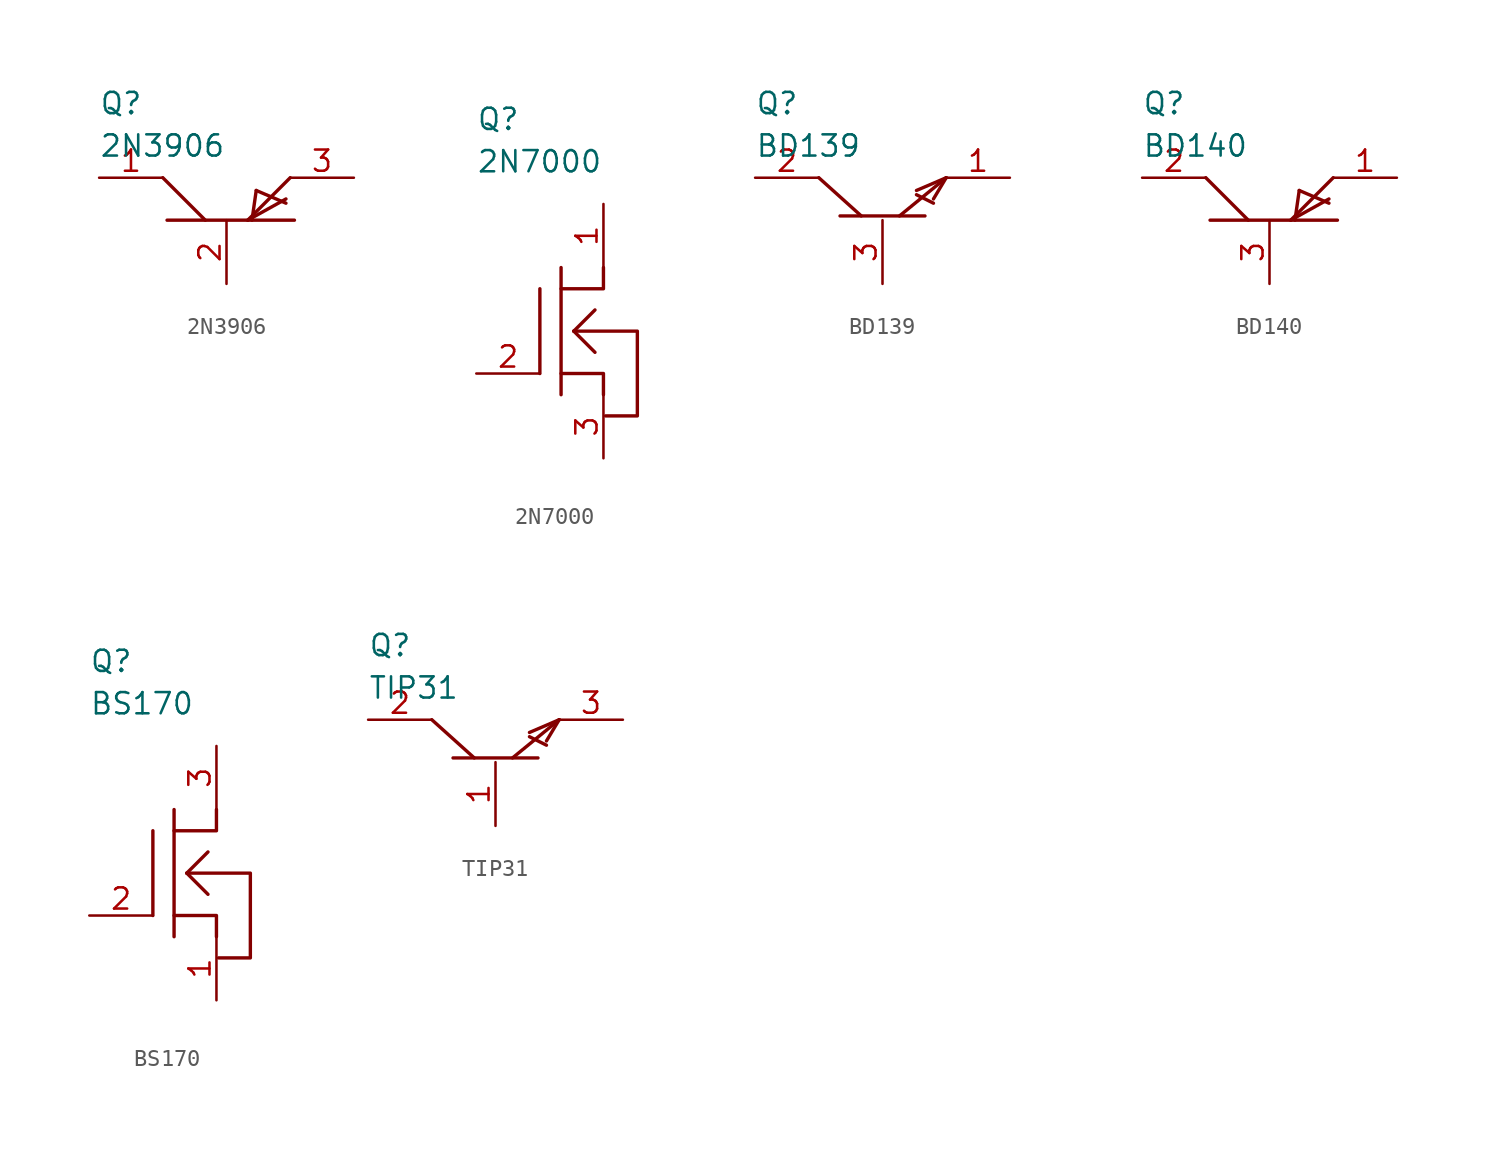
<source format=kicad_sym>
(kicad_symbol_lib
  (version 20211014)
  (generator kicad_symbol_editor)
  (symbol "2N3906"
    (property "Reference" "Q"
      (at -7.62 8.255 0)
      (effects (font (size 1.27 1.27)) (justify left)))
    (property "Value" "2N3906"
      (at -7.62 5.715 0)
      (effects (font (size 1.27 1.27)) (justify left)))
    (property "ki_locked" ""
      (at 0 0 0)
      (effects (font (size 1.27 1.27))))
    (symbol "2N3906_0_0"
      (polyline (pts (xy -3.556 1.27) (xy 4.064 1.27)) (stroke (width 0.203) (type default) (color 0 0 0 0)) (fill (type none)))
      (polyline (pts (xy -1.27 1.27) (xy -3.81 3.81)) (stroke (width 0.203) (type default) (color 0 0 0 0)) (fill (type none)))
      (polyline (pts (xy 1.27 1.27) (xy 3.81 3.81)) (stroke (width 0.203) (type default) (color 0 0 0 0)) (fill (type none)))
      (polyline (pts (xy 1.778 3.048) (xy 1.524 1.27)) (stroke (width 0.203) (type default) (color 0 0 0 0)) (fill (type none)))
      (polyline (pts (xy 1.778 3.048) (xy 3.556 2.286)) (stroke (width 0.203) (type default) (color 0 0 0 0)) (fill (type none)))
      (polyline (pts (xy 3.556 2.54) (xy 1.27 1.27)) (stroke (width 0.203) (type default) (color 0 0 0 0)) (fill (type none))))
    (symbol "2N3906_1_0"
      (pin unspecified line (at -7.62 3.81 0) (length 3.81) (name "~" (effects (font (size 1.27 1.27)))) (number "1" (effects (font (size 1.27 1.27)))))
      (pin unspecified line (at 0 -2.54 90) (length 3.81) (name "~" (effects (font (size 1.27 1.27)))) (number "2" (effects (font (size 1.27 1.27)))))
      (pin unspecified line (at 7.62 3.81 180) (length 3.81) (name "~" (effects (font (size 1.27 1.27)))) (number "3" (effects (font (size 1.27 1.27)))))))
  (symbol "2N7000"
    (property "Reference" "Q"
      (at -5.08 12.7 0)
      (effects (font (size 1.27 1.27)) (justify left)))
    (property "Value" "2N7000"
      (at -5.08 10.16 0)
      (effects (font (size 1.27 1.27)) (justify left)))
    (property "ki_locked" ""
      (at 0 0 0)
      (effects (font (size 1.27 1.27))))
    (symbol "2N7000_0_0"
      (polyline (pts (xy -1.27 2.54) (xy -1.27 -2.54)) (stroke (width 0.203) (type default) (color 0 0 0 0)) (fill (type none)))
      (polyline (pts (xy 0 3.81) (xy 0 -3.81)) (stroke (width 0.203) (type default) (color 0 0 0 0)) (fill (type none)))
      (polyline (pts (xy 0.762 0) (xy 2.032 -1.27)) (stroke (width 0.203) (type default) (color 0 0 0 0)) (fill (type none)))
      (polyline (pts (xy 0.762 0) (xy 2.032 1.27)) (stroke (width 0.203) (type default) (color 0 0 0 0)) (fill (type none)))
      (polyline (pts (xy 0 2.54) (xy 2.54 2.54) (xy 2.54 3.81)) (stroke (width 0.203) (type default) (color 0 0 0 0)) (fill (type none)))
      (polyline (pts (xy 2.54 -3.81) (xy 2.54 -2.54) (xy 0 -2.54)) (stroke (width 0.203) (type default) (color 0 0 0 0)) (fill (type none)))
      (polyline (pts (xy 0.762 0) (xy 4.572 0) (xy 4.572 -5.08) (xy 2.667 -5.08)) (stroke (width 0.203) (type default) (color 0 0 0 0)) (fill (type none))))
    (symbol "2N7000_1_0"
      (pin unspecified line (at 2.54 7.62 270) (length 3.81) (name "~" (effects (font (size 1.27 1.27)))) (number "1" (effects (font (size 1.27 1.27)))))
      (pin unspecified line (at -5.08 -2.54 0) (length 3.81) (name "~" (effects (font (size 1.27 1.27)))) (number "2" (effects (font (size 1.27 1.27)))))
      (pin unspecified line (at 2.54 -7.62 90) (length 3.81) (name "~" (effects (font (size 1.27 1.27)))) (number "3" (effects (font (size 1.27 1.27)))))))
  (symbol "BD139"
    (property "Reference" "Q"
      (at -7.62 8.255 0)
      (effects (font (size 1.27 1.27)) (justify left)))
    (property "Value" "BD139"
      (at -7.62 5.715 0)
      (effects (font (size 1.27 1.27)) (justify left)))
    (property "ki_locked" ""
      (at 0 0 0)
      (effects (font (size 1.27 1.27))))
    (symbol "BD139_0_0"
      (polyline (pts (xy -2.54 1.524) (xy 2.54 1.524)) (stroke (width 0.203) (type default) (color 0 0 0 0)) (fill (type none)))
      (polyline (pts (xy -1.27 1.524) (xy -3.81 3.81)) (stroke (width 0.203) (type default) (color 0 0 0 0)) (fill (type none)))
      (polyline (pts (xy 1.016 1.524) (xy 3.81 3.81)) (stroke (width 0.203) (type default) (color 0 0 0 0)) (fill (type none)))
      (polyline (pts (xy 2.032 2.794) (xy 3.048 2.286)) (stroke (width 0.203) (type default) (color 0 0 0 0)) (fill (type none)))
      (polyline (pts (xy 2.032 3.048) (xy 3.81 3.81)) (stroke (width 0.203) (type default) (color 0 0 0 0)) (fill (type none)))
      (polyline (pts (xy 3.048 2.54) (xy 3.81 3.81)) (stroke (width 0.203) (type default) (color 0 0 0 0)) (fill (type none))))
    (symbol "BD139_1_0"
      (pin unspecified line (at 7.62 3.81 180) (length 3.81) (name "~" (effects (font (size 1.27 1.27)))) (number "1" (effects (font (size 1.27 1.27)))))
      (pin unspecified line (at -7.62 3.81 0) (length 3.81) (name "~" (effects (font (size 1.27 1.27)))) (number "2" (effects (font (size 1.27 1.27)))))
      (pin unspecified line (at 0 -2.54 90) (length 3.81) (name "~" (effects (font (size 1.27 1.27)))) (number "3" (effects (font (size 1.27 1.27)))))))
  (symbol "BD140"
    (property "Reference" "Q"
      (at -7.62 8.255 0)
      (effects (font (size 1.27 1.27)) (justify left)))
    (property "Value" "BD140"
      (at -7.62 5.715 0)
      (effects (font (size 1.27 1.27)) (justify left)))
    (property "ki_locked" ""
      (at 0 0 0)
      (effects (font (size 1.27 1.27))))
    (symbol "BD140_0_0"
      (polyline (pts (xy -3.556 1.27) (xy 4.064 1.27)) (stroke (width 0.203) (type default) (color 0 0 0 0)) (fill (type none)))
      (polyline (pts (xy -1.27 1.27) (xy -3.81 3.81)) (stroke (width 0.203) (type default) (color 0 0 0 0)) (fill (type none)))
      (polyline (pts (xy 1.27 1.27) (xy 3.81 3.81)) (stroke (width 0.203) (type default) (color 0 0 0 0)) (fill (type none)))
      (polyline (pts (xy 1.778 3.048) (xy 1.524 1.27)) (stroke (width 0.203) (type default) (color 0 0 0 0)) (fill (type none)))
      (polyline (pts (xy 1.778 3.048) (xy 3.556 2.286)) (stroke (width 0.203) (type default) (color 0 0 0 0)) (fill (type none)))
      (polyline (pts (xy 3.556 2.54) (xy 1.27 1.27)) (stroke (width 0.203) (type default) (color 0 0 0 0)) (fill (type none))))
    (symbol "BD140_1_0"
      (pin unspecified line (at 7.62 3.81 180) (length 3.81) (name "~" (effects (font (size 1.27 1.27)))) (number "1" (effects (font (size 1.27 1.27)))))
      (pin unspecified line (at -7.62 3.81 0) (length 3.81) (name "~" (effects (font (size 1.27 1.27)))) (number "2" (effects (font (size 1.27 1.27)))))
      (pin unspecified line (at 0 -2.54 90) (length 3.81) (name "~" (effects (font (size 1.27 1.27)))) (number "3" (effects (font (size 1.27 1.27)))))))
  (symbol "BS170"
    (property "Reference" "Q"
      (at -5.08 12.7 0)
      (effects (font (size 1.27 1.27)) (justify left)))
    (property "Value" "BS170"
      (at -5.08 10.16 0)
      (effects (font (size 1.27 1.27)) (justify left)))
    (property "ki_locked" ""
      (at 0 0 0)
      (effects (font (size 1.27 1.27))))
    (symbol "BS170_0_0"
      (polyline (pts (xy -1.27 2.54) (xy -1.27 -2.54)) (stroke (width 0.203) (type default) (color 0 0 0 0)) (fill (type none)))
      (polyline (pts (xy 0 3.81) (xy 0 -3.81)) (stroke (width 0.203) (type default) (color 0 0 0 0)) (fill (type none)))
      (polyline (pts (xy 0.762 0) (xy 2.032 -1.27)) (stroke (width 0.203) (type default) (color 0 0 0 0)) (fill (type none)))
      (polyline (pts (xy 0.762 0) (xy 2.032 1.27)) (stroke (width 0.203) (type default) (color 0 0 0 0)) (fill (type none)))
      (polyline (pts (xy 0 2.54) (xy 2.54 2.54) (xy 2.54 3.81)) (stroke (width 0.203) (type default) (color 0 0 0 0)) (fill (type none)))
      (polyline (pts (xy 2.54 -3.81) (xy 2.54 -2.54) (xy 0 -2.54)) (stroke (width 0.203) (type default) (color 0 0 0 0)) (fill (type none)))
      (polyline (pts (xy 0.762 0) (xy 4.572 0) (xy 4.572 -5.08) (xy 2.667 -5.08)) (stroke (width 0.203) (type default) (color 0 0 0 0)) (fill (type none))))
    (symbol "BS170_1_0"
      (pin unspecified line (at 2.54 -7.62 90) (length 3.81) (name "~" (effects (font (size 1.27 1.27)))) (number "1" (effects (font (size 1.27 1.27)))))
      (pin unspecified line (at -5.08 -2.54 0) (length 3.81) (name "~" (effects (font (size 1.27 1.27)))) (number "2" (effects (font (size 1.27 1.27)))))
      (pin unspecified line (at 2.54 7.62 270) (length 3.81) (name "~" (effects (font (size 1.27 1.27)))) (number "3" (effects (font (size 1.27 1.27)))))))
  (symbol "TIP31"
    (property "Reference" "Q"
      (at -7.62 8.255 0)
      (effects (font (size 1.27 1.27)) (justify left)))
    (property "Value" "TIP31"
      (at -7.62 5.715 0)
      (effects (font (size 1.27 1.27)) (justify left)))
    (property "ki_locked" ""
      (at 0 0 0)
      (effects (font (size 1.27 1.27))))
    (symbol "TIP31_0_0"
      (polyline (pts (xy -2.54 1.524) (xy 2.54 1.524)) (stroke (width 0.203) (type default) (color 0 0 0 0)) (fill (type none)))
      (polyline (pts (xy -1.27 1.524) (xy -3.81 3.81)) (stroke (width 0.203) (type default) (color 0 0 0 0)) (fill (type none)))
      (polyline (pts (xy 1.016 1.524) (xy 3.81 3.81)) (stroke (width 0.203) (type default) (color 0 0 0 0)) (fill (type none)))
      (polyline (pts (xy 2.032 2.794) (xy 3.048 2.286)) (stroke (width 0.203) (type default) (color 0 0 0 0)) (fill (type none)))
      (polyline (pts (xy 2.032 3.048) (xy 3.81 3.81)) (stroke (width 0.203) (type default) (color 0 0 0 0)) (fill (type none)))
      (polyline (pts (xy 3.048 2.54) (xy 3.81 3.81)) (stroke (width 0.203) (type default) (color 0 0 0 0)) (fill (type none))))
    (symbol "TIP31_1_0"
      (pin unspecified line (at 0 -2.54 90) (length 3.81) (name "~" (effects (font (size 1.27 1.27)))) (number "1" (effects (font (size 1.27 1.27)))))
      (pin unspecified line (at -7.62 3.81 0) (length 3.81) (name "~" (effects (font (size 1.27 1.27)))) (number "2" (effects (font (size 1.27 1.27)))))
      (pin unspecified line (at 7.62 3.81 180) (length 3.81) (name "~" (effects (font (size 1.27 1.27)))) (number "3" (effects (font (size 1.27 1.27))))))))
</source>
